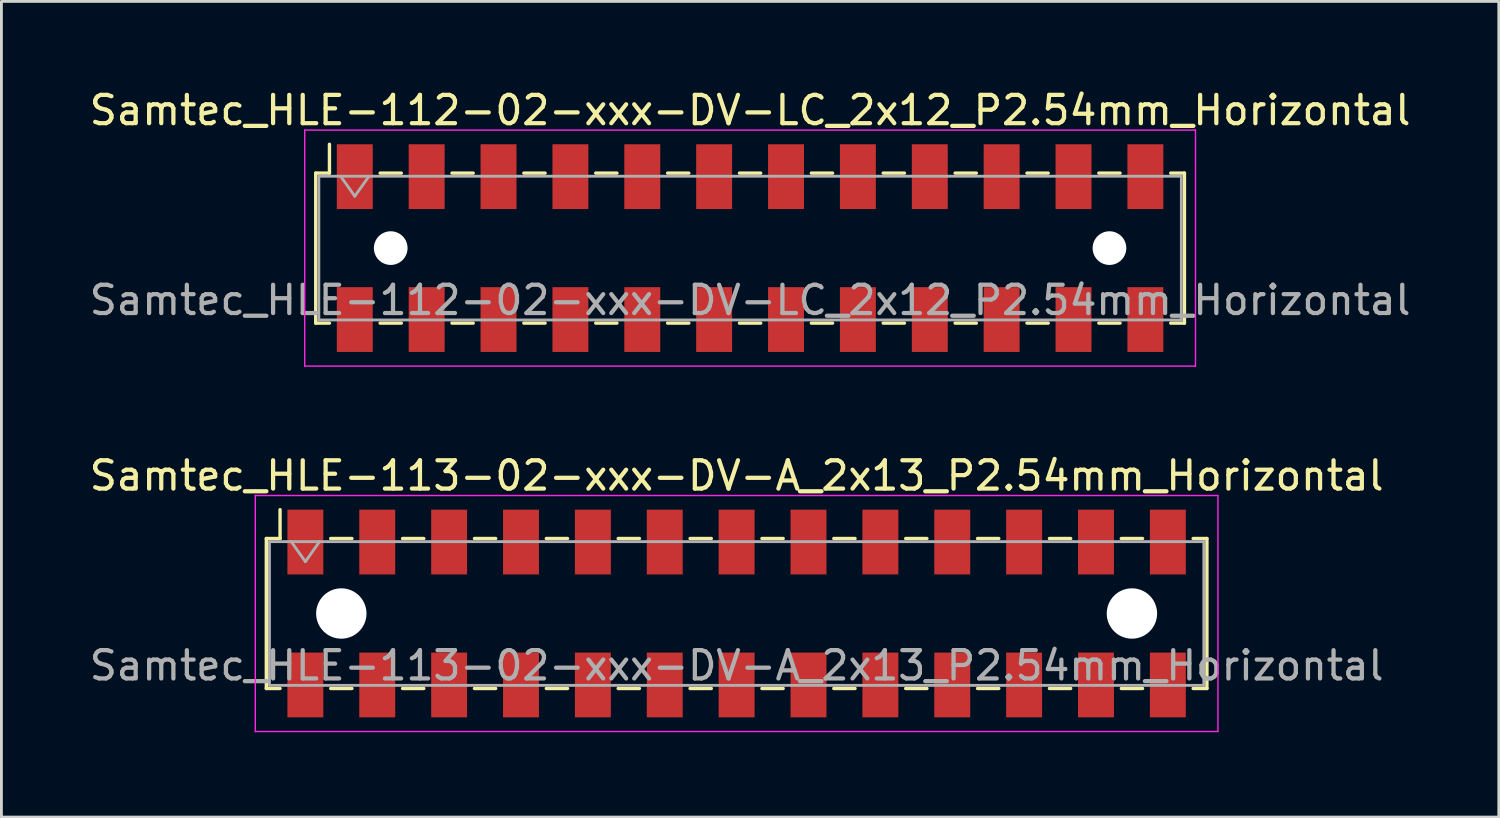
<source format=kicad_pcb>
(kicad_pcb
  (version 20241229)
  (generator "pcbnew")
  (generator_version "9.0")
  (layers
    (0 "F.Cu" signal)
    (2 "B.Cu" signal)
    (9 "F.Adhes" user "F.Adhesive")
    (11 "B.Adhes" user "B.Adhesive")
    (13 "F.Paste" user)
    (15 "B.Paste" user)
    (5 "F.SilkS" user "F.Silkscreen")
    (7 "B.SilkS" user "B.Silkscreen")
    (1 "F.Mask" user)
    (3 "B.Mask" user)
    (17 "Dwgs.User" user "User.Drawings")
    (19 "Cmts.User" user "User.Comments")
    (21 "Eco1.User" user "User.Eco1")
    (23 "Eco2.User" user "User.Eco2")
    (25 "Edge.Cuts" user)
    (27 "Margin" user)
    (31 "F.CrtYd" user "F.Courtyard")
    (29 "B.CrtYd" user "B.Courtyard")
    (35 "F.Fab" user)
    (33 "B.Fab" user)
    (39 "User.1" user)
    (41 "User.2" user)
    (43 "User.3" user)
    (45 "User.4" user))
  (footprint "Samtec_HLE-113-02-xxx-DV-A_2x13_P2.54mm_Horizontal"
    (layer "F.Cu")
    (at 22.982 18.631)
    (property "Reference" "Samtec_HLE-113-02-xxx-DV-A_2x13_P2.54mm_Horizontal" (at 0 -4.87 0) (layer "F.SilkS") (effects (font (size 1 1) (thickness 0.15))))
    (attr smd)
    (fp_line (start -16.62 -2.65) (end -16.62 2.65) (stroke (width 0.12) (type solid)) (layer "F.SilkS"))
    (fp_line (start -16.62 2.65) (end -16.135 2.65) (stroke (width 0.12) (type solid)) (layer "F.SilkS"))
    (fp_line (start -16.135 -3.67) (end -16.135 -2.65) (stroke (width 0.12) (type solid)) (layer "F.SilkS"))
    (fp_line (start -16.135 -2.65) (end -16.62 -2.65) (stroke (width 0.12) (type solid)) (layer "F.SilkS"))
    (fp_line (start -14.345 -2.65) (end -13.595 -2.65) (stroke (width 0.12) (type solid)) (layer "F.SilkS"))
    (fp_line (start -14.345 2.65) (end -13.595 2.65) (stroke (width 0.12) (type solid)) (layer "F.SilkS"))
    (fp_line (start -11.805 -2.65) (end -11.055 -2.65) (stroke (width 0.12) (type solid)) (layer "F.SilkS"))
    (fp_line (start -11.805 2.65) (end -11.055 2.65) (stroke (width 0.12) (type solid)) (layer "F.SilkS"))
    (fp_line (start -9.265 -2.65) (end -8.515 -2.65) (stroke (width 0.12) (type solid)) (layer "F.SilkS"))
    (fp_line (start -9.265 2.65) (end -8.515 2.65) (stroke (width 0.12) (type solid)) (layer "F.SilkS"))
    (fp_line (start -6.725 -2.65) (end -5.975 -2.65) (stroke (width 0.12) (type solid)) (layer "F.SilkS"))
    (fp_line (start -6.725 2.65) (end -5.975 2.65) (stroke (width 0.12) (type solid)) (layer "F.SilkS"))
    (fp_line (start -4.185 -2.65) (end -3.435 -2.65) (stroke (width 0.12) (type solid)) (layer "F.SilkS"))
    (fp_line (start -4.185 2.65) (end -3.435 2.65) (stroke (width 0.12) (type solid)) (layer "F.SilkS"))
    (fp_line (start -1.645 -2.65) (end -0.895 -2.65) (stroke (width 0.12) (type solid)) (layer "F.SilkS"))
    (fp_line (start -1.645 2.65) (end -0.895 2.65) (stroke (width 0.12) (type solid)) (layer "F.SilkS"))
    (fp_line (start 0.895 -2.65) (end 1.645 -2.65) (stroke (width 0.12) (type solid)) (layer "F.SilkS"))
    (fp_line (start 0.895 2.65) (end 1.645 2.65) (stroke (width 0.12) (type solid)) (layer "F.SilkS"))
    (fp_line (start 3.435 -2.65) (end 4.185 -2.65) (stroke (width 0.12) (type solid)) (layer "F.SilkS"))
    (fp_line (start 3.435 2.65) (end 4.185 2.65) (stroke (width 0.12) (type solid)) (layer "F.SilkS"))
    (fp_line (start 5.975 -2.65) (end 6.725 -2.65) (stroke (width 0.12) (type solid)) (layer "F.SilkS"))
    (fp_line (start 5.975 2.65) (end 6.725 2.65) (stroke (width 0.12) (type solid)) (layer "F.SilkS"))
    (fp_line (start 8.515 -2.65) (end 9.265 -2.65) (stroke (width 0.12) (type solid)) (layer "F.SilkS"))
    (fp_line (start 8.515 2.65) (end 9.265 2.65) (stroke (width 0.12) (type solid)) (layer "F.SilkS"))
    (fp_line (start 11.055 -2.65) (end 11.805 -2.65) (stroke (width 0.12) (type solid)) (layer "F.SilkS"))
    (fp_line (start 11.055 2.65) (end 11.805 2.65) (stroke (width 0.12) (type solid)) (layer "F.SilkS"))
    (fp_line (start 13.595 -2.65) (end 14.345 -2.65) (stroke (width 0.12) (type solid)) (layer "F.SilkS"))
    (fp_line (start 13.595 2.65) (end 14.345 2.65) (stroke (width 0.12) (type solid)) (layer "F.SilkS"))
    (fp_line (start 16.135 -2.65) (end 16.62 -2.65) (stroke (width 0.12) (type solid)) (layer "F.SilkS"))
    (fp_line (start 16.62 -2.65) (end 16.62 2.65) (stroke (width 0.12) (type solid)) (layer "F.SilkS"))
    (fp_line (start 16.62 2.65) (end 16.135 2.65) (stroke (width 0.12) (type solid)) (layer "F.SilkS"))
    (fp_line (start -17.01 -4.17) (end 17.01 -4.17) (stroke (width 0.05) (type solid)) (layer "F.CrtYd"))
    (fp_line (start -17.01 4.17) (end -17.01 -4.17) (stroke (width 0.05) (type solid)) (layer "F.CrtYd"))
    (fp_line (start 17.01 -4.17) (end 17.01 4.17) (stroke (width 0.05) (type solid)) (layer "F.CrtYd"))
    (fp_line (start 17.01 4.17) (end -17.01 4.17) (stroke (width 0.05) (type solid)) (layer "F.CrtYd"))
    (fp_line (start -16.51 -2.54) (end 16.51 -2.54) (stroke (width 0.1) (type solid)) (layer "F.Fab"))
    (fp_line (start -16.51 2.54) (end -16.51 -2.54) (stroke (width 0.1) (type solid)) (layer "F.Fab"))
    (fp_line (start -15.74 -2.54) (end -15.24 -1.833) (stroke (width 0.1) (type solid)) (layer "F.Fab"))
    (fp_line (start -15.24 -1.833) (end -14.74 -2.54) (stroke (width 0.1) (type solid)) (layer "F.Fab"))
    (fp_line (start 16.51 -2.54) (end 16.51 2.54) (stroke (width 0.1) (type solid)) (layer "F.Fab"))
    (fp_line (start 16.51 2.54) (end -16.51 2.54) (stroke (width 0.1) (type solid)) (layer "F.Fab"))
    (fp_text user "${REFERENCE}" (at 0 1.84 0) (layer "F.Fab") (effects (font (size 1 1) (thickness 0.15))))
    (pad "" np_thru_hole circle (at -13.97 0) (size 1.78 1.78) (drill 1.78) (layers "*.Cu" "*.Mask"))
    (pad "" np_thru_hole circle (at 13.97 0) (size 1.78 1.78) (drill 1.78) (layers "*.Cu" "*.Mask"))
    (pad "1" smd rect (at -15.24 -2.525) (size 1.27 2.29) (layers "F.Cu" "F.Mask" "F.Paste"))
    (pad "2" smd rect (at -15.24 2.525) (size 1.27 2.29) (layers "F.Cu" "F.Mask" "F.Paste"))
    (pad "3" smd rect (at -12.7 -2.525) (size 1.27 2.29) (layers "F.Cu" "F.Mask" "F.Paste"))
    (pad "4" smd rect (at -12.7 2.525) (size 1.27 2.29) (layers "F.Cu" "F.Mask" "F.Paste"))
    (pad "5" smd rect (at -10.16 -2.525) (size 1.27 2.29) (layers "F.Cu" "F.Mask" "F.Paste"))
    (pad "6" smd rect (at -10.16 2.525) (size 1.27 2.29) (layers "F.Cu" "F.Mask" "F.Paste"))
    (pad "7" smd rect (at -7.62 -2.525) (size 1.27 2.29) (layers "F.Cu" "F.Mask" "F.Paste"))
    (pad "8" smd rect (at -7.62 2.525) (size 1.27 2.29) (layers "F.Cu" "F.Mask" "F.Paste"))
    (pad "9" smd rect (at -5.08 -2.525) (size 1.27 2.29) (layers "F.Cu" "F.Mask" "F.Paste"))
    (pad "10" smd rect (at -5.08 2.525) (size 1.27 2.29) (layers "F.Cu" "F.Mask" "F.Paste"))
    (pad "11" smd rect (at -2.54 -2.525) (size 1.27 2.29) (layers "F.Cu" "F.Mask" "F.Paste"))
    (pad "12" smd rect (at -2.54 2.525) (size 1.27 2.29) (layers "F.Cu" "F.Mask" "F.Paste"))
    (pad "13" smd rect (at 0 -2.525) (size 1.27 2.29) (layers "F.Cu" "F.Mask" "F.Paste"))
    (pad "14" smd rect (at 0 2.525) (size 1.27 2.29) (layers "F.Cu" "F.Mask" "F.Paste"))
    (pad "15" smd rect (at 2.54 -2.525) (size 1.27 2.29) (layers "F.Cu" "F.Mask" "F.Paste"))
    (pad "16" smd rect (at 2.54 2.525) (size 1.27 2.29) (layers "F.Cu" "F.Mask" "F.Paste"))
    (pad "17" smd rect (at 5.08 -2.525) (size 1.27 2.29) (layers "F.Cu" "F.Mask" "F.Paste"))
    (pad "18" smd rect (at 5.08 2.525) (size 1.27 2.29) (layers "F.Cu" "F.Mask" "F.Paste"))
    (pad "19" smd rect (at 7.62 -2.525) (size 1.27 2.29) (layers "F.Cu" "F.Mask" "F.Paste"))
    (pad "20" smd rect (at 7.62 2.525) (size 1.27 2.29) (layers "F.Cu" "F.Mask" "F.Paste"))
    (pad "21" smd rect (at 10.16 -2.525) (size 1.27 2.29) (layers "F.Cu" "F.Mask" "F.Paste"))
    (pad "22" smd rect (at 10.16 2.525) (size 1.27 2.29) (layers "F.Cu" "F.Mask" "F.Paste"))
    (pad "23" smd rect (at 12.7 -2.525) (size 1.27 2.29) (layers "F.Cu" "F.Mask" "F.Paste"))
    (pad "24" smd rect (at 12.7 2.525) (size 1.27 2.29) (layers "F.Cu" "F.Mask" "F.Paste"))
    (pad "25" smd rect (at 15.24 -2.525) (size 1.27 2.29) (layers "F.Cu" "F.Mask" "F.Paste"))
    (pad "26" smd rect (at 15.24 2.525) (size 1.27 2.29) (layers "F.Cu" "F.Mask" "F.Paste")))
  (footprint "Samtec_HLE-112-02-xxx-DV-LC_2x12_P2.54mm_Horizontal"
    (layer "F.Cu")
    (at 23.458 5.718)
    (property "Reference" "Samtec_HLE-112-02-xxx-DV-LC_2x12_P2.54mm_Horizontal" (at 0 -4.87 0) (layer "F.SilkS") (effects (font (size 1 1) (thickness 0.15))))
    (attr smd)
    (fp_line (start -15.35 -2.65) (end -15.35 2.65) (stroke (width 0.12) (type solid)) (layer "F.SilkS"))
    (fp_line (start -15.35 2.65) (end -14.865 2.65) (stroke (width 0.12) (type solid)) (layer "F.SilkS"))
    (fp_line (start -14.865 -3.67) (end -14.865 -2.65) (stroke (width 0.12) (type solid)) (layer "F.SilkS"))
    (fp_line (start -14.865 -2.65) (end -15.35 -2.65) (stroke (width 0.12) (type solid)) (layer "F.SilkS"))
    (fp_line (start -13.075 -2.65) (end -12.325 -2.65) (stroke (width 0.12) (type solid)) (layer "F.SilkS"))
    (fp_line (start -13.075 2.65) (end -12.325 2.65) (stroke (width 0.12) (type solid)) (layer "F.SilkS"))
    (fp_line (start -10.535 -2.65) (end -9.785 -2.65) (stroke (width 0.12) (type solid)) (layer "F.SilkS"))
    (fp_line (start -10.535 2.65) (end -9.785 2.65) (stroke (width 0.12) (type solid)) (layer "F.SilkS"))
    (fp_line (start -7.995 -2.65) (end -7.245 -2.65) (stroke (width 0.12) (type solid)) (layer "F.SilkS"))
    (fp_line (start -7.995 2.65) (end -7.245 2.65) (stroke (width 0.12) (type solid)) (layer "F.SilkS"))
    (fp_line (start -5.455 -2.65) (end -4.705 -2.65) (stroke (width 0.12) (type solid)) (layer "F.SilkS"))
    (fp_line (start -5.455 2.65) (end -4.705 2.65) (stroke (width 0.12) (type solid)) (layer "F.SilkS"))
    (fp_line (start -2.915 -2.65) (end -2.165 -2.65) (stroke (width 0.12) (type solid)) (layer "F.SilkS"))
    (fp_line (start -2.915 2.65) (end -2.165 2.65) (stroke (width 0.12) (type solid)) (layer "F.SilkS"))
    (fp_line (start -0.375 -2.65) (end 0.375 -2.65) (stroke (width 0.12) (type solid)) (layer "F.SilkS"))
    (fp_line (start -0.375 2.65) (end 0.375 2.65) (stroke (width 0.12) (type solid)) (layer "F.SilkS"))
    (fp_line (start 2.165 -2.65) (end 2.915 -2.65) (stroke (width 0.12) (type solid)) (layer "F.SilkS"))
    (fp_line (start 2.165 2.65) (end 2.915 2.65) (stroke (width 0.12) (type solid)) (layer "F.SilkS"))
    (fp_line (start 4.705 -2.65) (end 5.455 -2.65) (stroke (width 0.12) (type solid)) (layer "F.SilkS"))
    (fp_line (start 4.705 2.65) (end 5.455 2.65) (stroke (width 0.12) (type solid)) (layer "F.SilkS"))
    (fp_line (start 7.245 -2.65) (end 7.995 -2.65) (stroke (width 0.12) (type solid)) (layer "F.SilkS"))
    (fp_line (start 7.245 2.65) (end 7.995 2.65) (stroke (width 0.12) (type solid)) (layer "F.SilkS"))
    (fp_line (start 9.785 -2.65) (end 10.535 -2.65) (stroke (width 0.12) (type solid)) (layer "F.SilkS"))
    (fp_line (start 9.785 2.65) (end 10.535 2.65) (stroke (width 0.12) (type solid)) (layer "F.SilkS"))
    (fp_line (start 12.325 -2.65) (end 13.075 -2.65) (stroke (width 0.12) (type solid)) (layer "F.SilkS"))
    (fp_line (start 12.325 2.65) (end 13.075 2.65) (stroke (width 0.12) (type solid)) (layer "F.SilkS"))
    (fp_line (start 14.865 -2.65) (end 15.35 -2.65) (stroke (width 0.12) (type solid)) (layer "F.SilkS"))
    (fp_line (start 15.35 -2.65) (end 15.35 2.65) (stroke (width 0.12) (type solid)) (layer "F.SilkS"))
    (fp_line (start 15.35 2.65) (end 14.865 2.65) (stroke (width 0.12) (type solid)) (layer "F.SilkS"))
    (fp_line (start -15.74 -4.17) (end 15.74 -4.17) (stroke (width 0.05) (type solid)) (layer "F.CrtYd"))
    (fp_line (start -15.74 4.17) (end -15.74 -4.17) (stroke (width 0.05) (type solid)) (layer "F.CrtYd"))
    (fp_line (start 15.74 -4.17) (end 15.74 4.17) (stroke (width 0.05) (type solid)) (layer "F.CrtYd"))
    (fp_line (start 15.74 4.17) (end -15.74 4.17) (stroke (width 0.05) (type solid)) (layer "F.CrtYd"))
    (fp_line (start -15.24 -2.54) (end 15.24 -2.54) (stroke (width 0.1) (type solid)) (layer "F.Fab"))
    (fp_line (start -15.24 2.54) (end -15.24 -2.54) (stroke (width 0.1) (type solid)) (layer "F.Fab"))
    (fp_line (start -14.47 -2.54) (end -13.97 -1.833) (stroke (width 0.1) (type solid)) (layer "F.Fab"))
    (fp_line (start -13.97 -1.833) (end -13.47 -2.54) (stroke (width 0.1) (type solid)) (layer "F.Fab"))
    (fp_line (start 15.24 -2.54) (end 15.24 2.54) (stroke (width 0.1) (type solid)) (layer "F.Fab"))
    (fp_line (start 15.24 2.54) (end -15.24 2.54) (stroke (width 0.1) (type solid)) (layer "F.Fab"))
    (fp_text user "${REFERENCE}" (at 0 1.84 0) (layer "F.Fab") (effects (font (size 1 1) (thickness 0.15))))
    (pad "" np_thru_hole circle (at -12.7 0) (size 1.19 1.19) (drill 1.19) (layers "*.Cu" "*.Mask"))
    (pad "" np_thru_hole circle (at 12.7 0) (size 1.19 1.19) (drill 1.19) (layers "*.Cu" "*.Mask"))
    (pad "1" smd rect (at -13.97 -2.525) (size 1.27 2.29) (layers "F.Cu" "F.Mask" "F.Paste"))
    (pad "2" smd rect (at -13.97 2.525) (size 1.27 2.29) (layers "F.Cu" "F.Mask" "F.Paste"))
    (pad "3" smd rect (at -11.43 -2.525) (size 1.27 2.29) (layers "F.Cu" "F.Mask" "F.Paste"))
    (pad "4" smd rect (at -11.43 2.525) (size 1.27 2.29) (layers "F.Cu" "F.Mask" "F.Paste"))
    (pad "5" smd rect (at -8.89 -2.525) (size 1.27 2.29) (layers "F.Cu" "F.Mask" "F.Paste"))
    (pad "6" smd rect (at -8.89 2.525) (size 1.27 2.29) (layers "F.Cu" "F.Mask" "F.Paste"))
    (pad "7" smd rect (at -6.35 -2.525) (size 1.27 2.29) (layers "F.Cu" "F.Mask" "F.Paste"))
    (pad "8" smd rect (at -6.35 2.525) (size 1.27 2.29) (layers "F.Cu" "F.Mask" "F.Paste"))
    (pad "9" smd rect (at -3.81 -2.525) (size 1.27 2.29) (layers "F.Cu" "F.Mask" "F.Paste"))
    (pad "10" smd rect (at -3.81 2.525) (size 1.27 2.29) (layers "F.Cu" "F.Mask" "F.Paste"))
    (pad "11" smd rect (at -1.27 -2.525) (size 1.27 2.29) (layers "F.Cu" "F.Mask" "F.Paste"))
    (pad "12" smd rect (at -1.27 2.525) (size 1.27 2.29) (layers "F.Cu" "F.Mask" "F.Paste"))
    (pad "13" smd rect (at 1.27 -2.525) (size 1.27 2.29) (layers "F.Cu" "F.Mask" "F.Paste"))
    (pad "14" smd rect (at 1.27 2.525) (size 1.27 2.29) (layers "F.Cu" "F.Mask" "F.Paste"))
    (pad "15" smd rect (at 3.81 -2.525) (size 1.27 2.29) (layers "F.Cu" "F.Mask" "F.Paste"))
    (pad "16" smd rect (at 3.81 2.525) (size 1.27 2.29) (layers "F.Cu" "F.Mask" "F.Paste"))
    (pad "17" smd rect (at 6.35 -2.525) (size 1.27 2.29) (layers "F.Cu" "F.Mask" "F.Paste"))
    (pad "18" smd rect (at 6.35 2.525) (size 1.27 2.29) (layers "F.Cu" "F.Mask" "F.Paste"))
    (pad "19" smd rect (at 8.89 -2.525) (size 1.27 2.29) (layers "F.Cu" "F.Mask" "F.Paste"))
    (pad "20" smd rect (at 8.89 2.525) (size 1.27 2.29) (layers "F.Cu" "F.Mask" "F.Paste"))
    (pad "21" smd rect (at 11.43 -2.525) (size 1.27 2.29) (layers "F.Cu" "F.Mask" "F.Paste"))
    (pad "22" smd rect (at 11.43 2.525) (size 1.27 2.29) (layers "F.Cu" "F.Mask" "F.Paste"))
    (pad "23" smd rect (at 13.97 -2.525) (size 1.27 2.29) (layers "F.Cu" "F.Mask" "F.Paste"))
    (pad "24" smd rect (at 13.97 2.525) (size 1.27 2.29) (layers "F.Cu" "F.Mask" "F.Paste")))
  (gr_rect
    (start -3 -3)
    (end 49.917 25.826)
    (stroke (width 0.1) (type default))
    (fill no)
    (layer "Edge.Cuts")))
</source>
